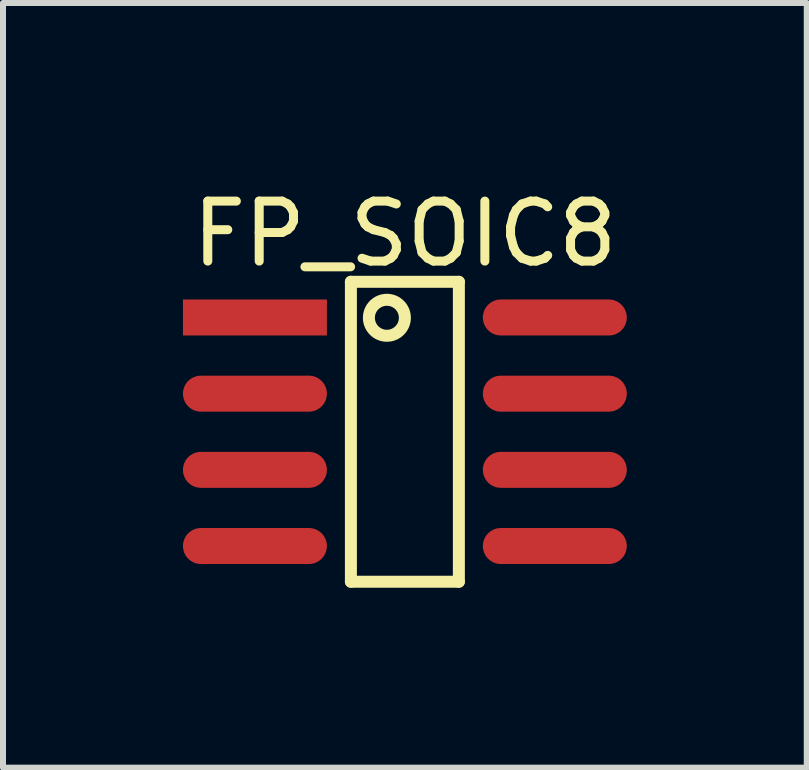
<source format=kicad_pcb>
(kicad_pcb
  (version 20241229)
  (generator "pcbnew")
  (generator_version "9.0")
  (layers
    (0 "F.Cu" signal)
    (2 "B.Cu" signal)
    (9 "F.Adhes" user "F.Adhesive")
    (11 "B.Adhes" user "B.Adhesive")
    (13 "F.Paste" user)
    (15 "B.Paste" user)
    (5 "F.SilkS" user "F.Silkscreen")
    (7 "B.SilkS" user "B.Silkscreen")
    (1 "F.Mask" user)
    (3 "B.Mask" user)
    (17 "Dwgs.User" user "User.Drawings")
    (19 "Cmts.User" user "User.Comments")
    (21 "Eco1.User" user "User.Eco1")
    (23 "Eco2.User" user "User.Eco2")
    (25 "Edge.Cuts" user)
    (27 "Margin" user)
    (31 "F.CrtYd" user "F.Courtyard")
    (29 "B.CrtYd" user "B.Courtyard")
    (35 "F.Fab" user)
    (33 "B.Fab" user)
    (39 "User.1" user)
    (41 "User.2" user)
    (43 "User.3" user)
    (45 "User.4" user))
  (footprint "FP_SOIC8"
    (layer "F.Cu")
    (at 3.7 4.148)
    (property "Reference" "FP_SOIC8" (at 0 -3.3 0) (layer "F.SilkS") (effects (font (size 1 1) (thickness 0.15))))
    (fp_line (start -0.9 -2.5) (end 0.9 -2.5) (stroke (width 0.2) (type solid)) (layer "F.SilkS"))
    (fp_line (start -0.9 2.5) (end -0.9 -2.5) (stroke (width 0.2) (type solid)) (layer "F.SilkS"))
    (fp_line (start -0.9 2.5) (end 0.9 2.5) (stroke (width 0.2) (type solid)) (layer "F.SilkS"))
    (fp_line (start 0.9 2.5) (end 0.9 -2.5) (stroke (width 0.2) (type solid)) (layer "F.SilkS"))
    (fp_circle (center -0.3 -1.9) (end -0.3 -2.2) (stroke (width 0.2) (type solid)) (fill no) (layer "F.SilkS"))
    (pad "1" smd rect (at -2.5 -1.905 90) (size 0.6 2.4) (layers "F.Cu" "F.Mask" "F.Paste"))
    (pad "2" smd oval (at -2.5 -0.635 90) (size 0.6 2.4) (layers "F.Cu" "F.Mask" "F.Paste"))
    (pad "3" smd oval (at -2.5 0.635 90) (size 0.6 2.4) (layers "F.Cu" "F.Mask" "F.Paste"))
    (pad "4" smd oval (at -2.5 1.905 90) (size 0.6 2.4) (layers "F.Cu" "F.Mask" "F.Paste"))
    (pad "5" smd oval (at 2.5 1.905 90) (size 0.6 2.4) (layers "F.Cu" "F.Mask" "F.Paste"))
    (pad "6" smd oval (at 2.5 0.635 90) (size 0.6 2.4) (layers "F.Cu" "F.Mask" "F.Paste"))
    (pad "7" smd oval (at 2.5 -0.635 90) (size 0.6 2.4) (layers "F.Cu" "F.Mask" "F.Paste"))
    (pad "8" smd oval (at 2.5 -1.905 90) (size 0.6 2.4) (layers "F.Cu" "F.Mask" "F.Paste")))
  (gr_rect
    (start -3 -3)
    (end 10.4 9.748)
    (stroke (width 0.1) (type default))
    (fill no)
    (layer "Edge.Cuts")))
</source>
